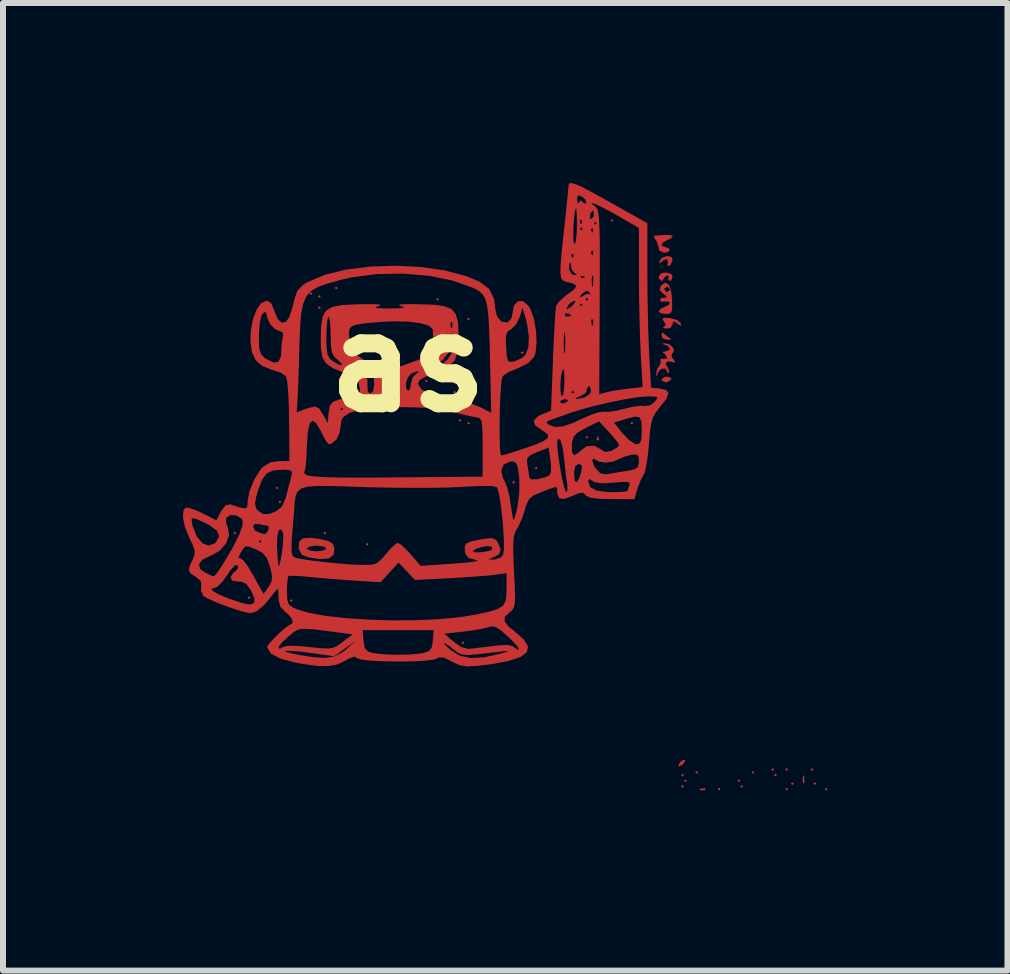
<source format=kicad_pcb>
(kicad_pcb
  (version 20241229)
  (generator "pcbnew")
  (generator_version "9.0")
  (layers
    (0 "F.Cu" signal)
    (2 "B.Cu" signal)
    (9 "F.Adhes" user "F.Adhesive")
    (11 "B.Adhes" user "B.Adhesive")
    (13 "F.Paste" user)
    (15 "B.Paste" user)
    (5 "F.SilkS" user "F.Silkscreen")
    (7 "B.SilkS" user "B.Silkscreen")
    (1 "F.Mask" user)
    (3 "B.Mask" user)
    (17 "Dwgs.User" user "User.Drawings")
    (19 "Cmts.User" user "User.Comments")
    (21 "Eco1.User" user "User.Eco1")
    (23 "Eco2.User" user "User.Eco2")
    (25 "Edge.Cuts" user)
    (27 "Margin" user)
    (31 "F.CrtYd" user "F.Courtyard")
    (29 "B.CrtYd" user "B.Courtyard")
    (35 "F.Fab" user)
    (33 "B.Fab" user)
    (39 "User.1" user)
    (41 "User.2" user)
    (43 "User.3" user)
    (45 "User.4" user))
  (footprint "as"
    (layer "F.Cu")
    (at 3.753 2.996)
    (property "Reference" "as" (at 0 0 0) (layer "F.SilkS") (effects (font (size 1.5 1.5) (thickness 0.3))))
    (attr board_only exclude_from_pos_files exclude_from_bom)
    (fp_poly (pts (xy -2.864 2.84) (xy -2.887 2.864) (xy -2.911 2.84) (xy -2.887 2.817)) (stroke (width 0) (type solid)) (fill yes) (layer "F.Cu"))
    (fp_poly (pts (xy -2.629 3.92) (xy -2.653 3.944) (xy -2.676 3.92) (xy -2.653 3.897)) (stroke (width 0) (type solid)) (fill yes) (layer "F.Cu"))
    (fp_poly (pts (xy -2.16 2.089) (xy -2.183 2.113) (xy -2.207 2.089) (xy -2.183 2.066)) (stroke (width 0) (type solid)) (fill yes) (layer "F.Cu"))
    (fp_poly (pts (xy -2.113 2.324) (xy -2.136 2.348) (xy -2.16 2.324) (xy -2.136 2.301)) (stroke (width 0) (type solid)) (fill yes) (layer "F.Cu"))
    (fp_poly (pts (xy -1.925 3.967) (xy -1.948 3.991) (xy -1.972 3.967) (xy -1.948 3.944)) (stroke (width 0) (type solid)) (fill yes) (layer "F.Cu"))
    (fp_poly (pts (xy -1.596 -1.15) (xy -1.62 -1.127) (xy -1.643 -1.15) (xy -1.62 -1.174)) (stroke (width 0) (type solid)) (fill yes) (layer "F.Cu"))
    (fp_poly (pts (xy -1.455 -1.103) (xy -1.479 -1.08) (xy -1.502 -1.103) (xy -1.479 -1.127)) (stroke (width 0) (type solid)) (fill yes) (layer "F.Cu"))
    (fp_poly (pts (xy -1.455 -0.916) (xy -1.479 -0.892) (xy -1.502 -0.916) (xy -1.479 -0.939)) (stroke (width 0) (type solid)) (fill yes) (layer "F.Cu"))
    (fp_poly (pts (xy -1.362 2.84) (xy -1.385 2.864) (xy -1.409 2.84) (xy -1.385 2.817)) (stroke (width 0) (type solid)) (fill yes) (layer "F.Cu"))
    (fp_poly (pts (xy -1.174 -1.244) (xy -1.197 -1.221) (xy -1.221 -1.244) (xy -1.197 -1.268)) (stroke (width 0) (type solid)) (fill yes) (layer "F.Cu"))
    (fp_poly (pts (xy -0.657 3.028) (xy -0.681 3.052) (xy -0.704 3.028) (xy -0.681 3.005)) (stroke (width 0) (type solid)) (fill yes) (layer "F.Cu"))
    (fp_poly (pts (xy 0.329 0.305) (xy 0.305 0.329) (xy 0.282 0.305) (xy 0.305 0.282)) (stroke (width 0) (type solid)) (fill yes) (layer "F.Cu"))
    (fp_poly (pts (xy 0.516 -1.056) (xy 0.493 -1.033) (xy 0.469 -1.056) (xy 0.493 -1.08)) (stroke (width 0) (type solid)) (fill yes) (layer "F.Cu"))
    (fp_poly (pts (xy 0.751 0.164) (xy 0.728 0.188) (xy 0.704 0.164) (xy 0.728 0.141)) (stroke (width 0) (type solid)) (fill yes) (layer "F.Cu"))
    (fp_poly (pts (xy 0.751 0.258) (xy 0.728 0.282) (xy 0.704 0.258) (xy 0.728 0.235)) (stroke (width 0) (type solid)) (fill yes) (layer "F.Cu"))
    (fp_poly (pts (xy 0.798 0.493) (xy 0.775 0.516) (xy 0.751 0.493) (xy 0.775 0.469)) (stroke (width 0) (type solid)) (fill yes) (layer "F.Cu"))
    (fp_poly (pts (xy 0.892 0.962) (xy 0.869 0.986) (xy 0.845 0.962) (xy 0.869 0.939)) (stroke (width 0) (type solid)) (fill yes) (layer "F.Cu"))
    (fp_poly (pts (xy 0.939 4.672) (xy 0.916 4.695) (xy 0.892 4.672) (xy 0.916 4.648)) (stroke (width 0) (type solid)) (fill yes) (layer "F.Cu"))
    (fp_poly (pts (xy 1.033 -0.728) (xy 1.009 -0.704) (xy 0.986 -0.728) (xy 1.009 -0.751)) (stroke (width 0) (type solid)) (fill yes) (layer "F.Cu"))
    (fp_poly (pts (xy 1.033 1.009) (xy 1.009 1.033) (xy 0.986 1.009) (xy 1.009 0.986)) (stroke (width 0) (type solid)) (fill yes) (layer "F.Cu"))
    (fp_poly (pts (xy 1.784 1.995) (xy 1.761 2.019) (xy 1.737 1.995) (xy 1.761 1.972)) (stroke (width 0) (type solid)) (fill yes) (layer "F.Cu"))
    (fp_poly (pts (xy 1.925 -0.164) (xy 1.901 -0.141) (xy 1.878 -0.164) (xy 1.901 -0.188)) (stroke (width 0) (type solid)) (fill yes) (layer "F.Cu"))
    (fp_poly (pts (xy 2.16 1.761) (xy 2.136 1.784) (xy 2.113 1.761) (xy 2.136 1.737)) (stroke (width 0) (type solid)) (fill yes) (layer "F.Cu"))
    (fp_poly (pts (xy 3.005 1.244) (xy 2.981 1.268) (xy 2.958 1.244) (xy 2.981 1.221)) (stroke (width 0) (type solid)) (fill yes) (layer "F.Cu"))
    (fp_poly (pts (xy 3.427 -2.371) (xy 3.404 -2.348) (xy 3.38 -2.371) (xy 3.404 -2.394)) (stroke (width 0) (type solid)) (fill yes) (layer "F.Cu"))
    (fp_poly (pts (xy 3.756 1.009) (xy 3.733 1.033) (xy 3.709 1.009) (xy 3.733 0.986)) (stroke (width 0) (type solid)) (fill yes) (layer "F.Cu"))
    (fp_poly (pts (xy 4.601 6.878) (xy 4.578 6.902) (xy 4.554 6.878) (xy 4.578 6.855)) (stroke (width 0) (type solid)) (fill yes) (layer "F.Cu"))
    (fp_poly (pts (xy 4.601 7.066) (xy 4.578 7.089) (xy 4.554 7.066) (xy 4.578 7.043)) (stroke (width 0) (type solid)) (fill yes) (layer "F.Cu"))
    (fp_poly (pts (xy 4.648 6.972) (xy 4.625 6.996) (xy 4.601 6.972) (xy 4.625 6.949)) (stroke (width 0) (type solid)) (fill yes) (layer "F.Cu"))
    (fp_poly (pts (xy 4.836 6.831) (xy 4.812 6.855) (xy 4.789 6.831) (xy 4.812 6.808)) (stroke (width 0) (type solid)) (fill yes) (layer "F.Cu"))
    (fp_poly (pts (xy 5.211 7.113) (xy 5.188 7.136) (xy 5.165 7.113) (xy 5.188 7.089)) (stroke (width 0) (type solid)) (fill yes) (layer "F.Cu"))
    (fp_poly (pts (xy 5.54 6.972) (xy 5.517 6.996) (xy 5.493 6.972) (xy 5.517 6.949)) (stroke (width 0) (type solid)) (fill yes) (layer "F.Cu"))
    (fp_poly (pts (xy 5.587 7.066) (xy 5.564 7.089) (xy 5.54 7.066) (xy 5.564 7.043)) (stroke (width 0) (type solid)) (fill yes) (layer "F.Cu"))
    (fp_poly (pts (xy 5.775 6.831) (xy 5.751 6.855) (xy 5.728 6.831) (xy 5.751 6.808)) (stroke (width 0) (type solid)) (fill yes) (layer "F.Cu"))
    (fp_poly (pts (xy 6.104 6.784) (xy 6.08 6.808) (xy 6.057 6.784) (xy 6.08 6.761)) (stroke (width 0) (type solid)) (fill yes) (layer "F.Cu"))
    (fp_poly (pts (xy 6.15 6.878) (xy 6.127 6.902) (xy 6.104 6.878) (xy 6.127 6.855)) (stroke (width 0) (type solid)) (fill yes) (layer "F.Cu"))
    (fp_poly (pts (xy 6.338 6.784) (xy 6.315 6.808) (xy 6.291 6.784) (xy 6.315 6.761)) (stroke (width 0) (type solid)) (fill yes) (layer "F.Cu"))
    (fp_poly (pts (xy 6.338 7.113) (xy 6.315 7.136) (xy 6.291 7.113) (xy 6.315 7.089)) (stroke (width 0) (type solid)) (fill yes) (layer "F.Cu"))
    (fp_poly (pts (xy 6.432 7.019) (xy 6.409 7.043) (xy 6.385 7.019) (xy 6.409 6.996)) (stroke (width 0) (type solid)) (fill yes) (layer "F.Cu"))
    (fp_poly (pts (xy 6.761 6.784) (xy 6.737 6.808) (xy 6.714 6.784) (xy 6.737 6.761)) (stroke (width 0) (type solid)) (fill yes) (layer "F.Cu"))
    (fp_poly (pts (xy 6.808 7.019) (xy 6.784 7.043) (xy 6.761 7.019) (xy 6.784 6.996)) (stroke (width 0) (type solid)) (fill yes) (layer "F.Cu"))
    (fp_poly (pts (xy 6.996 7.113) (xy 6.972 7.136) (xy 6.949 7.113) (xy 6.972 7.089)) (stroke (width 0) (type solid)) (fill yes) (layer "F.Cu"))
    (fp_poly (pts (xy 3.177 1.236) (xy 3.183 1.292) (xy 3.177 1.299) (xy 3.149 1.293) (xy 3.146 1.268) (xy 3.163 1.229)) (stroke (width 0) (type solid)) (fill yes) (layer "F.Cu"))
    (fp_poly (pts (xy 4.964 7.108) (xy 4.95 7.129) (xy 4.902 7.133) (xy 4.852 7.121) (xy 4.874 7.104) (xy 4.947 7.099)) (stroke (width 0) (type solid)) (fill yes) (layer "F.Cu"))
    (fp_poly (pts (xy 6.604 6.89) (xy 6.61 6.986) (xy 6.604 7.007) (xy 6.587 7.013) (xy 6.58 6.949) (xy 6.588 6.882)) (stroke (width 0) (type solid)) (fill yes) (layer "F.Cu"))
    (fp_poly (pts (xy 4.623 6.627) (xy 4.607 6.667) (xy 4.573 6.704) (xy 4.52 6.734) (xy 4.507 6.718) (xy 4.536 6.662) (xy 4.591 6.623)) (stroke (width 0) (type solid)) (fill yes) (layer "F.Cu"))
    (fp_poly (pts (xy 4.261 -0.488) (xy 4.334 -0.425) (xy 4.366 -0.41) (xy 4.392 -0.388) (xy 4.331 -0.379) (xy 4.244 -0.404) (xy 4.226 -0.458) (xy 4.24 -0.506)) (stroke (width 0) (type solid)) (fill yes) (layer "F.Cu"))
    (fp_poly (pts (xy 4.387 0.253) (xy 4.39 0.282) (xy 4.322 0.325) (xy 4.293 0.329) (xy 4.232 0.302) (xy 4.226 0.282) (xy 4.265 0.244) (xy 4.322 0.235)) (stroke (width 0) (type solid)) (fill yes) (layer "F.Cu"))
    (fp_poly (pts (xy 4.389 -1.764) (xy 4.413 -1.72) (xy 4.381 -1.635) (xy 4.358 -1.615) (xy 4.323 -1.613) (xy 4.333 -1.658) (xy 4.331 -1.716) (xy 4.28 -1.72) (xy 4.212 -1.669) (xy 4.21 -1.667) (xy 4.186 -1.657) (xy 4.19 -1.69) (xy 4.239 -1.75) (xy 4.318 -1.777)) (stroke (width 0) (type solid)) (fill yes) (layer "F.Cu"))
    (fp_poly (pts (xy 4.39 -1.478) (xy 4.413 -1.432) (xy 4.386 -1.37) (xy 4.364 -1.362) (xy 4.336 -1.39) (xy 4.343 -1.409) (xy 4.339 -1.452) (xy 4.322 -1.455) (xy 4.274 -1.421) (xy 4.272 -1.409) (xy 4.237 -1.363) (xy 4.226 -1.362) (xy 4.184 -1.4) (xy 4.179 -1.432) (xy 4.219 -1.489) (xy 4.296 -1.502)) (stroke (width 0) (type solid)) (fill yes) (layer "F.Cu"))
    (fp_poly (pts (xy 4.366 -0.743) (xy 4.481 -0.713) (xy 4.545 -0.661) (xy 4.546 -0.657) (xy 4.554 -0.612) (xy 4.514 -0.633) (xy 4.491 -0.651) (xy 4.431 -0.691) (xy 4.414 -0.66) (xy 4.413 -0.64) (xy 4.375 -0.578) (xy 4.308 -0.567) (xy 4.249 -0.578) (xy 4.263 -0.595) (xy 4.299 -0.63) (xy 4.266 -0.689) (xy 4.24 -0.734) (xy 4.279 -0.748)) (stroke (width 0) (type solid)) (fill yes) (layer "F.Cu"))
    (fp_poly (pts (xy 4.375 -2.128) (xy 4.411 -2.114) (xy 4.413 -2.106) (xy 4.375 -2.066) (xy 4.319 -2.042) (xy 4.242 -1.997) (xy 4.231 -1.949) (xy 4.292 -1.925) (xy 4.296 -1.925) (xy 4.358 -1.9) (xy 4.366 -1.878) (xy 4.327 -1.84) (xy 4.272 -1.831) (xy 4.193 -1.865) (xy 4.179 -1.916) (xy 4.149 -2.02) (xy 4.122 -2.056) (xy 4.095 -2.105) (xy 4.11 -2.117) (xy 4.281 -2.129)) (stroke (width 0) (type solid)) (fill yes) (layer "F.Cu"))
    (fp_poly (pts (xy -1.467 2.941) (xy -1.327 2.975) (xy -1.256 3.019) (xy -1.229 3.09) (xy -1.228 3.094) (xy -1.241 3.205) (xy -1.32 3.265) (xy -1.471 3.276) (xy -1.667 3.246) (xy -1.774 3.201) (xy -1.819 3.113) (xy -1.821 3.099) (xy -1.69 3.099) (xy -1.649 3.13) (xy -1.547 3.145) (xy -1.526 3.146) (xy -1.417 3.134) (xy -1.363 3.105) (xy -1.362 3.099) (xy -1.403 3.068) (xy -1.504 3.052) (xy -1.526 3.052) (xy -1.634 3.064) (xy -1.689 3.093) (xy -1.69 3.099) (xy -1.821 3.099) (xy -1.822 3.086) (xy -1.814 2.983) (xy -1.751 2.929) (xy -1.623 2.92)) (stroke (width 0) (type solid)) (fill yes) (layer "F.Cu"))
    (fp_poly (pts (xy 4.352 -1.295) (xy 4.39 -1.174) (xy 4.403 -1.042) (xy 4.405 -0.904) (xy 4.389 -0.835) (xy 4.344 -0.812) (xy 4.296 -0.81) (xy 4.208 -0.825) (xy 4.179 -0.855) (xy 4.218 -0.902) (xy 4.272 -0.925) (xy 4.349 -0.965) (xy 4.366 -0.996) (xy 4.332 -1.023) (xy 4.297 -1.017) (xy 4.222 -1.017) (xy 4.201 -1.035) (xy 4.215 -1.072) (xy 4.258 -1.081) (xy 4.315 -1.088) (xy 4.297 -1.116) (xy 4.254 -1.15) (xy 4.194 -1.213) (xy 4.197 -1.221) (xy 4.272 -1.221) (xy 4.308 -1.175) (xy 4.319 -1.174) (xy 4.365 -1.209) (xy 4.366 -1.221) (xy 4.331 -1.266) (xy 4.319 -1.268) (xy 4.274 -1.232) (xy 4.272 -1.221) (xy 4.197 -1.221) (xy 4.212 -1.274) (xy 4.225 -1.29) (xy 4.295 -1.336)) (stroke (width 0) (type solid)) (fill yes) (layer "F.Cu"))
    (fp_poly (pts (xy 4.362 -0.303) (xy 4.422 -0.247) (xy 4.433 -0.187) (xy 4.413 -0.164) (xy 4.39 -0.113) (xy 4.423 -0.057) (xy 4.459 -0.004) (xy 4.425 -0.005) (xy 4.406 -0.011) (xy 4.319 -0.021) (xy 4.296 0.024) (xy 4.327 0.079) (xy 4.357 0.148) (xy 4.35 0.173) (xy 4.322 0.168) (xy 4.319 0.149) (xy 4.29 0.099) (xy 4.228 0.102) (xy 4.173 0.152) (xy 4.164 0.176) (xy 4.146 0.232) (xy 4.138 0.196) (xy 4.137 0.179) (xy 4.158 0.093) (xy 4.182 0.068) (xy 4.213 0.004) (xy 4.208 -0.026) (xy 4.213 -0.069) (xy 4.251 -0.063) (xy 4.31 -0.065) (xy 4.319 -0.085) (xy 4.283 -0.144) (xy 4.261 -0.157) (xy 4.244 -0.177) (xy 4.284 -0.184) (xy 4.354 -0.208) (xy 4.366 -0.231) (xy 4.328 -0.278) (xy 4.284 -0.296) (xy 4.231 -0.314) (xy 4.269 -0.322) (xy 4.278 -0.323)) (stroke (width 0) (type solid)) (fill yes) (layer "F.Cu"))
    (fp_poly (pts (xy 2.786 -2.979) (xy 2.899 -2.929) (xy 3.069 -2.84) (xy 3.306 -2.709) (xy 3.385 -2.664) (xy 3.991 -2.324) (xy 3.991 -1.522) (xy 3.993 -1.2) (xy 3.998 -0.857) (xy 4.006 -0.528) (xy 4.017 -0.245) (xy 4.021 -0.151) (xy 4.052 0.418) (xy 4.194 0.432) (xy 4.306 0.457) (xy 4.344 0.51) (xy 4.308 0.602) (xy 4.21 0.73) (xy 4.135 0.824) (xy 4.085 0.912) (xy 4.054 1.018) (xy 4.033 1.17) (xy 4.017 1.362) (xy 3.996 1.563) (xy 3.97 1.732) (xy 3.942 1.845) (xy 3.928 1.873) (xy 3.879 1.961) (xy 3.83 2.089) (xy 3.824 2.108) (xy 3.775 2.277) (xy 3.387 2.275) (xy 3.173 2.269) (xy 3.037 2.251) (xy 2.968 2.219) (xy 2.958 2.207) (xy 2.918 2.169) (xy 2.853 2.175) (xy 2.746 2.221) (xy 2.603 2.273) (xy 2.52 2.261) (xy 2.489 2.182) (xy 2.488 2.157) (xy 2.488 2.1) (xy 2.475 2.076) (xy 2.426 2.082) (xy 2.321 2.12) (xy 2.234 2.154) (xy 2.095 2.214) (xy 2.017 2.277) (xy 1.971 2.374) (xy 1.95 2.448) (xy 1.899 2.605) (xy 1.836 2.741) (xy 1.818 2.77) (xy 1.785 2.829) (xy 1.764 2.905) (xy 1.755 3.016) (xy 1.755 3.18) (xy 1.765 3.415) (xy 1.768 3.486) (xy 1.78 3.734) (xy 1.785 3.905) (xy 1.78 4.017) (xy 1.765 4.085) (xy 1.738 4.127) (xy 1.698 4.16) (xy 1.616 4.237) (xy 1.611 4.315) (xy 1.684 4.407) (xy 1.783 4.486) (xy 1.933 4.619) (xy 2 4.732) (xy 1.982 4.828) (xy 1.877 4.908) (xy 1.683 4.974) (xy 1.399 5.027) (xy 1.166 5.055) (xy 0.99 5.066) (xy 0.864 5.047) (xy 0.742 4.991) (xy 0.726 4.982) (xy 0.599 4.919) (xy 0.518 4.915) (xy 0.491 4.931) (xy 0.418 4.954) (xy 0.277 4.97) (xy 0.088 4.981) (xy -0.127 4.985) (xy -0.347 4.982) (xy -0.55 4.974) (xy -0.716 4.96) (xy -0.821 4.941) (xy -0.847 4.926) (xy -0.895 4.902) (xy -0.986 4.935) (xy -1.045 4.97) (xy -1.176 5.032) (xy -1.327 5.06) (xy -1.519 5.057) (xy -1.772 5.021) (xy -1.901 4.997) (xy -2.14 4.931) (xy -2.289 4.849) (xy -2.313 4.807) (xy -2.043 4.807) (xy -2.042 4.821) (xy -1.959 4.845) (xy -1.823 4.873) (xy -1.564 4.913) (xy -1.373 4.923) (xy -1.228 4.9) (xy -1.109 4.841) (xy -1.033 4.782) (xy -0.869 4.636) (xy -1.05 4.766) (xy -1.231 4.896) (xy -1.63 4.84) (xy -1.831 4.815) (xy -1.97 4.805) (xy -2.043 4.807) (xy -2.313 4.807) (xy -2.346 4.751) (xy -2.16 4.751) (xy -2.136 4.774) (xy -2.098 4.749) (xy -2.024 4.724) (xy -1.881 4.721) (xy -1.658 4.74) (xy -1.646 4.742) (xy -1.454 4.762) (xy -1.329 4.767) (xy -1.242 4.753) (xy -1.168 4.715) (xy -1.09 4.658) (xy -0.923 4.531) (xy -1.154 4.501) (xy -1.412 4.467) (xy -1.468 4.46) (xy -0.757 4.46) (xy -0.742 4.636) (xy -0.722 4.756) (xy -0.671 4.815) (xy -0.587 4.842) (xy -0.461 4.858) (xy -0.287 4.869) (xy -0.164 4.872) (xy 0.016 4.867) (xy 0.18 4.854) (xy 0.258 4.842) (xy 0.354 4.809) (xy 0.398 4.742) (xy 0.407 4.682) (xy 0.599 4.682) (xy 0.649 4.736) (xy 0.702 4.786) (xy 0.858 4.885) (xy 1.045 4.926) (xy 1.28 4.912) (xy 1.526 4.857) (xy 1.644 4.823) (xy 1.672 4.807) (xy 1.615 4.81) (xy 1.596 4.812) (xy 1.455 4.828) (xy 1.271 4.85) (xy 1.159 4.863) (xy 0.995 4.876) (xy 0.891 4.866) (xy 0.814 4.827) (xy 0.784 4.802) (xy 0.684 4.722) (xy 0.61 4.675) (xy 0.599 4.682) (xy 0.407 4.682) (xy 0.414 4.636) (xy 0.423 4.519) (xy 0.604 4.519) (xy 0.76 4.653) (xy 0.885 4.743) (xy 1.001 4.772) (xy 1.08 4.767) (xy 1.228 4.748) (xy 1.41 4.726) (xy 1.486 4.717) (xy 1.652 4.707) (xy 1.746 4.726) (xy 1.758 4.738) (xy 1.826 4.786) (xy 1.846 4.788) (xy 1.843 4.759) (xy 1.784 4.684) (xy 1.68 4.579) (xy 1.678 4.578) (xy 1.549 4.464) (xy 1.46 4.408) (xy 1.389 4.398) (xy 1.347 4.41) (xy 1.246 4.436) (xy 1.086 4.464) (xy 0.922 4.485) (xy 0.604 4.519) (xy 0.423 4.519) (xy 0.428 4.46) (xy -0.164 4.46) (xy -0.757 4.46) (xy -1.468 4.46) (xy -1.594 4.445) (xy -1.719 4.438) (xy -1.804 4.445) (xy -1.867 4.468) (xy -1.925 4.509) (xy -1.987 4.56) (xy -2.089 4.653) (xy -2.151 4.728) (xy -2.16 4.751) (xy -2.346 4.751) (xy -2.347 4.749) (xy -2.348 4.736) (xy -2.315 4.685) (xy -2.236 4.599) (xy -2.136 4.501) (xy -2.039 4.417) (xy -1.971 4.37) (xy -1.96 4.367) (xy -1.922 4.337) (xy -1.939 4.27) (xy -2.001 4.192) (xy -2.042 4.159) (xy -2.128 4.075) (xy -2.159 3.952) (xy -2.16 3.909) (xy -2.162 3.813) (xy -2.019 3.813) (xy -2.014 3.953) (xy -1.987 4.032) (xy -1.921 4.082) (xy -1.856 4.111) (xy -1.65 4.173) (xy -1.369 4.223) (xy -1.032 4.261) (xy -0.656 4.286) (xy -0.261 4.298) (xy 0.136 4.295) (xy 0.516 4.278) (xy 0.861 4.245) (xy 1.113 4.205) (xy 1.341 4.156) (xy 1.492 4.11) (xy 1.582 4.054) (xy 1.627 3.974) (xy 1.642 3.859) (xy 1.643 3.772) (xy 1.643 3.511) (xy 1.444 3.538) (xy 1.316 3.552) (xy 1.123 3.567) (xy 0.891 3.583) (xy 0.681 3.595) (xy 0.117 3.625) (xy -0.02 3.48) (xy -0.158 3.334) (xy -0.308 3.498) (xy -0.458 3.662) (xy -0.898 3.634) (xy -1.141 3.617) (xy -1.394 3.597) (xy -1.611 3.577) (xy -1.656 3.572) (xy -1.818 3.558) (xy -1.94 3.554) (xy -1.996 3.561) (xy -1.996 3.561) (xy -2.009 3.617) (xy -2.018 3.735) (xy -2.019 3.813) (xy -2.162 3.813) (xy -2.162 3.798) (xy -2.176 3.77) (xy -2.215 3.815) (xy -2.234 3.841) (xy -2.386 4.031) (xy -2.522 4.145) (xy -2.622 4.179) (xy -2.72 4.161) (xy -2.873 4.116) (xy -3.05 4.054) (xy -3.221 3.987) (xy -3.355 3.925) (xy -3.411 3.891) (xy -3.451 3.807) (xy -3.449 3.77) (xy -3.278 3.77) (xy -3.252 3.809) (xy -3.16 3.863) (xy -3.011 3.926) (xy -2.949 3.948) (xy -2.77 4.007) (xy -2.658 4.032) (xy -2.594 4.025) (xy -2.561 3.994) (xy -2.564 3.928) (xy -2.607 3.821) (xy -2.622 3.794) (xy -2.699 3.688) (xy -2.781 3.651) (xy -2.834 3.652) (xy -2.931 3.635) (xy -2.96 3.576) (xy -2.911 3.503) (xy -2.881 3.483) (xy -2.831 3.421) (xy -2.84 3.381) (xy -2.883 3.376) (xy -2.956 3.457) (xy -3.011 3.539) (xy -3.1 3.661) (xy -3.185 3.739) (xy -3.226 3.756) (xy -3.278 3.77) (xy -3.449 3.77) (xy -3.448 3.737) (xy -3.453 3.645) (xy -3.534 3.574) (xy -3.542 3.57) (xy -3.631 3.511) (xy -3.656 3.447) (xy -3.627 3.363) (xy -3.488 3.363) (xy -3.462 3.443) (xy -3.393 3.494) (xy -3.296 3.544) (xy -3.24 3.566) (xy -3.24 3.566) (xy -3.204 3.531) (xy -3.137 3.439) (xy -3.092 3.369) (xy -3.02 3.248) (xy -2.83 3.248) (xy -2.807 3.262) (xy -2.805 3.261) (xy -2.753 3.289) (xy -2.674 3.39) (xy -2.582 3.544) (xy -2.502 3.692) (xy -2.44 3.8) (xy -2.409 3.849) (xy -2.407 3.85) (xy -2.377 3.815) (xy -2.32 3.732) (xy -2.319 3.732) (xy -2.274 3.644) (xy -2.267 3.554) (xy -2.296 3.42) (xy -2.301 3.401) (xy -2.355 3.256) (xy -2.429 3.17) (xy -2.524 3.12) (xy -2.639 3.072) (xy -2.7 3.061) (xy -2.739 3.093) (xy -2.788 3.168) (xy -2.83 3.248) (xy -3.02 3.248) (xy -2.924 3.086) (xy -2.899 3.037) (xy -2.185 3.037) (xy -2.183 3.087) (xy -2.172 3.277) (xy -2.161 3.376) (xy -2.147 3.387) (xy -2.128 3.313) (xy -2.104 3.175) (xy -2.096 3.113) (xy -1.943 3.113) (xy -1.935 3.191) (xy -1.913 3.233) (xy -1.876 3.253) (xy -1.821 3.265) (xy -1.814 3.267) (xy -1.654 3.294) (xy -1.433 3.322) (xy -1.185 3.347) (xy -0.943 3.366) (xy -0.765 3.374) (xy -0.616 3.372) (xy -0.521 3.346) (xy -0.439 3.275) (xy -0.37 3.193) (xy -0.275 3.085) (xy -0.197 3.017) (xy -0.169 3.005) (xy -0.113 3.038) (xy -0.022 3.123) (xy 0.046 3.197) (xy 0.212 3.39) (xy 0.751 3.352) (xy 0.977 3.334) (xy 1.115 3.317) (xy 1.163 3.301) (xy 1.127 3.289) (xy 1.011 3.257) (xy 0.96 3.196) (xy 0.95 3.148) (xy 1.08 3.148) (xy 1.119 3.164) (xy 1.21 3.163) (xy 1.315 3.148) (xy 1.394 3.123) (xy 1.405 3.115) (xy 1.399 3.074) (xy 1.396 3.071) (xy 1.334 3.059) (xy 1.234 3.073) (xy 1.136 3.104) (xy 1.082 3.141) (xy 1.08 3.148) (xy 0.95 3.148) (xy 0.948 3.138) (xy 0.946 3.064) (xy 0.975 3.015) (xy 1.052 2.981) (xy 1.196 2.951) (xy 1.277 2.937) (xy 1.4 2.926) (xy 1.469 2.956) (xy 1.5 3) (xy 1.545 3.12) (xy 1.518 3.195) (xy 1.444 3.238) (xy 1.338 3.281) (xy 1.442 3.284) (xy 1.542 3.252) (xy 1.586 3.204) (xy 1.599 3.124) (xy 1.599 2.978) (xy 1.589 2.79) (xy 1.572 2.585) (xy 1.549 2.387) (xy 1.523 2.22) (xy 1.495 2.108) (xy 1.479 2.075) (xy 1.413 2.061) (xy 1.273 2.056) (xy 1.076 2.062) (xy 0.916 2.071) (xy 0.712 2.081) (xy 0.437 2.087) (xy 0.114 2.088) (xy -0.236 2.086) (xy -0.589 2.079) (xy -0.697 2.076) (xy -1.058 2.064) (xy -1.336 2.057) (xy -1.543 2.058) (xy -1.689 2.071) (xy -1.785 2.101) (xy -1.843 2.151) (xy -1.874 2.227) (xy -1.889 2.331) (xy -1.899 2.467) (xy -1.903 2.519) (xy -1.926 2.792) (xy -1.94 2.985) (xy -1.943 3.113) (xy -2.096 3.113) (xy -2.084 3.015) (xy -2.079 2.887) (xy -2.086 2.832) (xy -2.124 2.775) (xy -2.156 2.799) (xy -2.178 2.891) (xy -2.185 3.037) (xy -2.899 3.037) (xy -2.87 2.981) (xy -2.488 2.981) (xy -2.465 3.005) (xy -2.441 2.981) (xy -2.465 2.958) (xy -2.488 2.981) (xy -2.87 2.981) (xy -2.814 2.871) (xy -2.767 2.738) (xy -2.582 2.738) (xy -2.551 2.803) (xy -2.445 2.846) (xy -2.388 2.859) (xy -2.347 2.827) (xy -2.331 2.794) (xy -2.324 2.732) (xy -2.337 2.722) (xy -2.405 2.711) (xy -2.477 2.694) (xy -2.56 2.689) (xy -2.582 2.738) (xy -2.767 2.738) (xy -2.76 2.718) (xy -2.76 2.623) (xy -2.771 2.605) (xy -2.862 2.547) (xy -2.965 2.542) (xy -3.031 2.587) (xy -3.035 2.663) (xy -3.004 2.748) (xy -2.983 2.878) (xy -3.034 3.016) (xy -3.142 3.138) (xy -3.279 3.214) (xy -3.426 3.284) (xy -3.488 3.363) (xy -3.627 3.363) (xy -3.622 3.347) (xy -3.594 3.292) (xy -3.559 3.207) (xy -3.558 3.13) (xy -3.596 3.026) (xy -3.641 2.934) (xy -3.717 2.749) (xy -3.747 2.611) (xy -3.61 2.611) (xy -3.602 2.678) (xy -3.594 2.711) (xy -3.525 2.892) (xy -3.432 3.008) (xy -3.326 3.051) (xy -3.22 3.012) (xy -3.202 2.995) (xy -3.148 2.898) (xy -3.185 2.803) (xy -3.315 2.708) (xy -3.358 2.686) (xy -3.505 2.616) (xy -3.583 2.591) (xy -3.61 2.611) (xy -3.747 2.611) (xy -3.753 2.585) (xy -3.744 2.465) (xy -3.711 2.419) (xy -3.647 2.423) (xy -3.531 2.464) (xy -3.43 2.51) (xy -3.195 2.629) (xy -3.12 2.484) (xy -3.044 2.38) (xy -2.966 2.363) (xy -2.966 2.363) (xy -2.81 2.412) (xy -2.723 2.43) (xy -2.685 2.416) (xy -2.676 2.367) (xy -2.676 2.348) (xy -2.552 2.348) (xy -2.534 2.429) (xy -2.505 2.465) (xy -2.417 2.525) (xy -2.313 2.523) (xy -2.198 2.478) (xy -2.103 2.401) (xy -2.04 2.261) (xy -2.026 2.208) (xy -1.987 2.054) (xy -1.953 1.922) (xy -1.944 1.89) (xy -1.935 1.829) (xy -1.733 1.829) (xy -1.72 1.858) (xy -1.671 1.881) (xy -1.578 1.897) (xy -1.432 1.908) (xy -1.225 1.915) (xy -0.949 1.917) (xy -0.594 1.917) (xy -0.22 1.914) (xy 1.244 1.901) (xy 1.244 1.802) (xy 1.555 1.802) (xy 1.587 1.935) (xy 1.612 1.981) (xy 1.656 2.088) (xy 1.694 2.246) (xy 1.712 2.359) (xy 1.732 2.504) (xy 1.75 2.602) (xy 1.76 2.629) (xy 1.778 2.588) (xy 1.807 2.481) (xy 1.829 2.383) (xy 1.855 2.174) (xy 1.857 1.952) (xy 1.851 1.887) (xy 1.829 1.744) (xy 1.803 1.674) (xy 1.986 1.674) (xy 1.991 1.705) (xy 2.011 1.826) (xy 2.019 1.906) (xy 2.047 1.947) (xy 2.143 1.946) (xy 2.171 1.941) (xy 2.289 1.911) (xy 2.364 1.877) (xy 2.365 1.875) (xy 2.383 1.81) (xy 2.382 1.689) (xy 2.375 1.628) (xy 2.343 1.418) (xy 2.153 1.492) (xy 2.036 1.545) (xy 1.987 1.597) (xy 1.986 1.674) (xy 1.803 1.674) (xy 1.802 1.671) (xy 1.755 1.649) (xy 1.696 1.652) (xy 1.593 1.701) (xy 1.555 1.802) (xy 1.244 1.802) (xy 1.244 1.412) (xy 1.243 1.193) (xy 1.237 1.051) (xy 1.223 0.968) (xy 1.198 0.929) (xy 1.159 0.915) (xy 1.15 0.914) (xy 1.058 0.898) (xy 0.908 0.863) (xy 0.751 0.823) (xy 0.516 0.776) (xy 0.23 0.75) (xy -0.117 0.742) (xy -0.495 0.754) (xy -0.783 0.787) (xy -0.98 0.84) (xy -1.087 0.914) (xy -1.109 0.963) (xy -1.128 1.088) (xy -1.14 1.166) (xy -1.19 1.279) (xy -1.279 1.352) (xy -1.321 1.361) (xy -1.356 1.323) (xy -1.414 1.224) (xy -1.452 1.146) (xy -1.53 1.011) (xy -1.593 0.967) (xy -1.639 1.017) (xy -1.671 1.158) (xy -1.686 1.392) (xy -1.686 1.394) (xy -1.693 1.571) (xy -1.704 1.711) (xy -1.717 1.788) (xy -1.719 1.793) (xy -1.733 1.829) (xy -1.935 1.829) (xy -1.934 1.821) (xy -1.97 1.792) (xy -2.076 1.785) (xy -2.096 1.785) (xy -2.248 1.798) (xy -2.355 1.848) (xy -2.433 1.951) (xy -2.499 2.125) (xy -2.527 2.219) (xy -2.552 2.348) (xy -2.676 2.348) (xy -2.676 2.328) (xy -2.646 2.154) (xy -2.569 1.959) (xy -2.464 1.788) (xy -2.431 1.75) (xy -2.297 1.663) (xy -2.154 1.643) (xy -1.977 1.643) (xy -1.982 0.969) (xy -1.986 0.789) (xy -1.856 0.789) (xy -1.85 0.827) (xy -1.829 0.82) (xy -1.752 0.787) (xy -1.641 0.751) (xy -1.543 0.733) (xy -1.48 0.766) (xy -1.42 0.86) (xy -1.338 1.009) (xy -1.324 0.835) (xy -1.313 0.775) (xy -1.127 0.775) (xy -1.103 0.798) (xy -1.08 0.775) (xy -1.103 0.751) (xy -1.127 0.775) (xy -1.313 0.775) (xy -1.303 0.716) (xy -1.249 0.653) (xy -1.136 0.612) (xy -0.999 0.58) (xy -0.889 0.564) (xy -0.877 0.564) (xy -0.819 0.544) (xy -0.803 0.468) (xy -0.807 0.412) (xy -0.826 0.319) (xy -0.876 0.256) (xy -0.982 0.202) (xy -1.056 0.174) (xy -1.126 0.145) (xy -0.794 0.145) (xy -0.77 0.167) (xy -0.741 0.186) (xy -0.678 0.278) (xy -0.676 0.377) (xy -0.671 0.486) (xy -0.628 0.516) (xy -0.579 0.473) (xy -0.573 0.426) (xy -0.034 0.426) (xy 0.000012 0.469) (xy 0.006 0.469) (xy 0.037 0.429) (xy 0.047 0.354) (xy 0.078 0.247) (xy 0.129 0.192) (xy 0.179 0.153) (xy 0.16 0.144) (xy 0.091 0.166) (xy 0.05 0.186) (xy -0.003 0.248) (xy -0.033 0.34) (xy -0.034 0.426) (xy -0.573 0.426) (xy -0.563 0.352) (xy -0.574 0.243) (xy -0.601 0.189) (xy -0.607 0.188) (xy -0.685 0.175) (xy -0.736 0.161) (xy -0.794 0.145) (xy -1.126 0.145) (xy -1.193 0.117) (xy -0.892 0.117) (xy -0.869 0.141) (xy -0.845 0.117) (xy -0.869 0.094) (xy -0.892 0.117) (xy -1.193 0.117) (xy -1.249 0.094) (xy -1.284 0.07) (xy -1.033 0.07) (xy -1.009 0.094) (xy -0.986 0.07) (xy -1.009 0.047) (xy -1.033 0.07) (xy -1.284 0.07) (xy -1.367 0.014) (xy -1.429 -0.091) (xy -1.452 -0.244) (xy -1.455 -0.371) (xy -1.454 -0.422) (xy -1.362 -0.422) (xy -1.358 -0.245) (xy -1.341 -0.135) (xy -1.306 -0.068) (xy -1.257 -0.026) (xy -1.159 0.031) (xy -1.105 0.043) (xy -1.11 0.013) (xy -1.172 -0.044) (xy -1.234 -0.102) (xy -1.269 -0.174) (xy -1.285 -0.287) (xy -1.29 -0.461) (xy -1.29 -0.469) (xy -0.986 -0.469) (xy -0.953 -0.269) (xy -0.848 -0.118) (xy -0.663 -0.002) (xy -0.391 0.072) (xy -0.369 0.07) (xy 0.376 0.07) (xy 0.399 0.094) (xy 0.423 0.07) (xy 0.399 0.047) (xy 0.376 0.07) (xy -0.369 0.07) (xy -0.107 0.058) (xy -0.076 0.046) (xy 0.504 0.046) (xy 0.51 0.047) (xy 0.58 0.016) (xy 0.657 -0.047) (xy 0.725 -0.157) (xy 0.744 -0.316) (xy 0.743 -0.34) (xy 0.735 -0.54) (xy 0.717 -0.342) (xy 0.678 -0.173) (xy 0.589 -0.057) (xy 0.578 -0.048) (xy 0.511 0.015) (xy 0.504 0.046) (xy -0.076 0.046) (xy 0.17 -0.043) (xy 0.189 -0.053) (xy 0.345 -0.188) (xy 0.419 -0.366) (xy 0.415 -0.547) (xy 0.357 -0.61) (xy 0.272 -0.638) (xy 0.708 -0.638) (xy 0.717 -0.577) (xy 0.733 -0.576) (xy 0.744 -0.639) (xy 0.736 -0.666) (xy 0.715 -0.684) (xy 0.708 -0.638) (xy 0.272 -0.638) (xy 0.219 -0.655) (xy 0.015 -0.682) (xy -0.243 -0.688) (xy -0.47 -0.677) (xy -0.695 -0.658) (xy -0.844 -0.637) (xy -0.931 -0.609) (xy -0.972 -0.566) (xy -0.985 -0.502) (xy -0.986 -0.469) (xy -1.29 -0.469) (xy -1.295 -0.619) (xy -1.307 -0.728) (xy -1.325 -0.768) (xy -1.326 -0.767) (xy -1.344 -0.713) (xy -1.357 -0.591) (xy -1.362 -0.427) (xy -1.362 -0.422) (xy -1.454 -0.422) (xy -1.449 -0.6) (xy -1.425 -0.761) (xy -1.367 -0.867) (xy -1.262 -0.929) (xy -1.096 -0.96) (xy -0.854 -0.972) (xy -0.751 -0.974) (xy -0.565 -0.974) (xy -0.468 -0.967) (xy -0.458 -0.953) (xy -0.493 -0.941) (xy -0.547 -0.922) (xy -0.525 -0.91) (xy -0.422 -0.904) (xy -0.305 -0.903) (xy -0.144 -0.905) (xy -0.069 -0.913) (xy -0.074 -0.927) (xy -0.117 -0.941) (xy -0.159 -0.96) (xy -0.116 -0.971) (xy 0.015 -0.975) (xy 0.141 -0.974) (xy 0.411 -0.966) (xy 0.602 -0.942) (xy 0.727 -0.892) (xy 0.799 -0.804) (xy 0.834 -0.666) (xy 0.844 -0.467) (xy 0.844 -0.398) (xy 0.832 -0.186) (xy 0.78 -0.038) (xy 0.675 0.068) (xy 0.497 0.156) (xy 0.43 0.181) (xy 0.276 0.243) (xy 0.195 0.291) (xy 0.17 0.341) (xy 0.175 0.377) (xy 0.237 0.458) (xy 0.323 0.496) (xy 0.707 0.583) (xy 0.998 0.664) (xy 1.197 0.74) (xy 1.216 0.749) (xy 1.387 0.836) (xy 1.369 0.031) (xy 1.361 -0.328) (xy 1.36 -0.335) (xy 1.632 -0.335) (xy 1.636 -0.252) (xy 1.648 -0.105) (xy 1.667 -0.031) (xy 1.706 -0.01) (xy 1.777 -0.022) (xy 1.777 -0.022) (xy 1.893 -0.073) (xy 1.96 -0.129) (xy 2.007 -0.253) (xy 2.015 -0.436) (xy 1.984 -0.649) (xy 1.964 -0.728) (xy 1.91 -0.916) (xy 1.862 -0.758) (xy 1.803 -0.638) (xy 1.723 -0.559) (xy 1.717 -0.557) (xy 1.661 -0.519) (xy 1.635 -0.453) (xy 1.632 -0.335) (xy 1.36 -0.335) (xy 1.351 -0.606) (xy 1.337 -0.814) (xy 1.316 -0.964) (xy 1.286 -1.069) (xy 1.243 -1.141) (xy 1.186 -1.191) (xy 1.111 -1.233) (xy 1.079 -1.249) (xy 0.741 -1.369) (xy 0.345 -1.448) (xy -0.084 -1.484) (xy -0.52 -1.476) (xy -0.937 -1.422) (xy -1.103 -1.384) (xy -1.32 -1.325) (xy -1.486 -1.268) (xy -1.609 -1.2) (xy -1.694 -1.107) (xy -1.75 -0.977) (xy -1.784 -0.797) (xy -1.802 -0.553) (xy -1.813 -0.234) (xy -1.816 -0.095) (xy -1.824 0.176) (xy -1.832 0.417) (xy -1.841 0.611) (xy -1.85 0.741) (xy -1.856 0.789) (xy -1.986 0.789) (xy -1.988 0.691) (xy -1.999 0.465) (xy -2.016 0.306) (xy -2.037 0.227) (xy -2.038 0.225) (xy -2.116 0.171) (xy -2.241 0.128) (xy -2.263 0.123) (xy -2.438 0.052) (xy -2.538 -0.037) (xy -2.601 -0.169) (xy -2.627 -0.342) (xy -2.625 -0.39) (xy -2.488 -0.39) (xy -2.48 -0.233) (xy -2.449 -0.138) (xy -2.385 -0.074) (xy -2.384 -0.073) (xy -2.249 -0.002) (xy -2.162 -0.012) (xy -2.118 -0.103) (xy -2.113 -0.184) (xy -2.106 -0.323) (xy -2.088 -0.43) (xy -2.084 -0.442) (xy -2.087 -0.506) (xy -2.116 -0.516) (xy -2.213 -0.555) (xy -2.302 -0.644) (xy -2.347 -0.747) (xy -2.348 -0.758) (xy -2.366 -0.831) (xy -2.389 -0.845) (xy -2.436 -0.8) (xy -2.47 -0.674) (xy -2.486 -0.476) (xy -2.488 -0.39) (xy -2.625 -0.39) (xy -2.621 -0.533) (xy -2.586 -0.72) (xy -2.526 -0.881) (xy -2.447 -0.992) (xy -2.355 -1.033) (xy -2.283 -0.994) (xy -2.231 -0.873) (xy -2.227 -0.857) (xy -2.174 -0.727) (xy -2.105 -0.667) (xy -2.102 -0.666) (xy -2.036 -0.68) (xy -1.981 -0.756) (xy -1.93 -0.907) (xy -1.895 -1.055) (xy -1.846 -1.196) (xy -1.753 -1.293) (xy -1.674 -1.343) (xy -1.385 -1.464) (xy -1.03 -1.551) (xy -0.632 -1.601) (xy -0.211 -1.616) (xy 0.209 -1.595) (xy 0.609 -1.538) (xy 0.965 -1.444) (xy 1.187 -1.353) (xy 1.351 -1.23) (xy 1.437 -1.058) (xy 1.455 -0.895) (xy 1.485 -0.766) (xy 1.558 -0.683) (xy 1.655 -0.67) (xy 1.666 -0.674) (xy 1.725 -0.738) (xy 1.737 -0.793) (xy 1.764 -0.943) (xy 1.83 -1.022) (xy 1.919 -1.025) (xy 2.011 -0.944) (xy 2.042 -0.893) (xy 2.099 -0.732) (xy 2.134 -0.533) (xy 2.144 -0.332) (xy 2.126 -0.163) (xy 2.102 -0.094) (xy 2.002 0.01) (xy 1.834 0.093) (xy 1.83 0.094) (xy 1.694 0.15) (xy 1.596 0.212) (xy 1.575 0.235) (xy 1.56 0.301) (xy 1.547 0.434) (xy 1.537 0.615) (xy 1.53 0.823) (xy 1.527 1.037) (xy 1.528 1.237) (xy 1.532 1.402) (xy 1.541 1.513) (xy 1.553 1.549) (xy 1.609 1.536) (xy 1.727 1.5) (xy 1.882 1.451) (xy 2.102 1.375) (xy 2.487 1.375) (xy 2.502 1.527) (xy 2.53 1.714) (xy 2.563 1.905) (xy 2.597 2.055) (xy 2.626 2.144) (xy 2.639 2.16) (xy 2.661 2.12) (xy 2.656 2.039) (xy 2.64 1.931) (xy 2.632 1.864) (xy 2.77 1.864) (xy 2.782 1.971) (xy 2.813 1.992) (xy 2.821 1.98) (xy 3.005 1.98) (xy 3.038 2.076) (xy 3.143 2.135) (xy 3.327 2.159) (xy 3.39 2.16) (xy 3.536 2.157) (xy 3.634 2.149) (xy 3.662 2.14) (xy 3.677 2.085) (xy 3.691 2.046) (xy 3.695 2.007) (xy 3.655 1.989) (xy 3.555 1.991) (xy 3.433 2.002) (xy 3.235 2.013) (xy 3.112 1.993) (xy 3.076 1.973) (xy 3.02 1.938) (xy 3.005 1.975) (xy 3.005 1.98) (xy 2.821 1.98) (xy 2.855 1.929) (xy 2.889 1.819) (xy 2.901 1.724) (xy 2.864 1.691) (xy 2.846 1.69) (xy 2.792 1.718) (xy 2.771 1.814) (xy 2.77 1.864) (xy 2.632 1.864) (xy 2.62 1.766) (xy 2.606 1.631) (xy 3.07 1.631) (xy 3.1 1.716) (xy 3.125 1.759) (xy 3.207 1.847) (xy 3.305 1.863) (xy 3.329 1.859) (xy 3.455 1.837) (xy 3.614 1.811) (xy 3.65 1.806) (xy 3.776 1.78) (xy 3.834 1.741) (xy 3.85 1.666) (xy 3.85 1.646) (xy 3.839 1.554) (xy 3.786 1.53) (xy 3.721 1.539) (xy 3.608 1.568) (xy 3.545 1.596) (xy 3.429 1.648) (xy 3.294 1.668) (xy 3.184 1.651) (xy 3.164 1.639) (xy 3.093 1.6) (xy 3.07 1.631) (xy 2.606 1.631) (xy 2.602 1.593) (xy 2.577 1.41) (xy 2.566 1.373) (xy 2.732 1.373) (xy 2.736 1.502) (xy 2.773 1.546) (xy 2.842 1.504) (xy 2.862 1.481) (xy 2.982 1.393) (xy 3.111 1.387) (xy 3.196 1.435) (xy 3.283 1.49) (xy 3.378 1.475) (xy 3.404 1.464) (xy 3.49 1.413) (xy 3.52 1.374) (xy 3.49 1.322) (xy 3.414 1.228) (xy 3.352 1.159) (xy 3.204 0.999) (xy 3.433 0.999) (xy 3.579 1.18) (xy 3.681 1.286) (xy 3.775 1.352) (xy 3.811 1.362) (xy 3.863 1.346) (xy 3.889 1.286) (xy 3.897 1.159) (xy 3.897 1.127) (xy 3.892 0.984) (xy 3.863 0.913) (xy 3.789 0.9) (xy 3.652 0.934) (xy 3.612 0.946) (xy 3.433 0.999) (xy 3.204 0.999) (xy 3.185 0.979) (xy 2.966 1.088) (xy 2.834 1.161) (xy 2.766 1.228) (xy 2.738 1.319) (xy 2.732 1.373) (xy 2.566 1.373) (xy 2.544 1.298) (xy 2.515 1.268) (xy 2.491 1.292) (xy 2.487 1.375) (xy 2.102 1.375) (xy 2.114 1.371) (xy 2.263 1.307) (xy 2.334 1.254) (xy 2.336 1.205) (xy 2.275 1.153) (xy 2.233 1.128) (xy 2.118 1.044) (xy 2.104 0.993) (xy 2.303 0.993) (xy 2.342 1.03) (xy 2.349 1.035) (xy 2.449 1.073) (xy 2.573 1.066) (xy 2.74 1.01) (xy 2.903 0.935) (xy 3.061 0.867) (xy 3.192 0.825) (xy 3.27 0.818) (xy 3.271 0.818) (xy 3.353 0.821) (xy 3.489 0.799) (xy 3.596 0.772) (xy 3.752 0.735) (xy 3.882 0.72) (xy 3.936 0.725) (xy 4.039 0.712) (xy 4.108 0.658) (xy 4.156 0.598) (xy 4.148 0.571) (xy 4.069 0.564) (xy 3.998 0.563) (xy 3.833 0.577) (xy 3.606 0.613) (xy 3.345 0.666) (xy 3.077 0.729) (xy 2.831 0.798) (xy 2.676 0.849) (xy 2.523 0.904) (xy 2.4 0.948) (xy 2.349 0.967) (xy 2.303 0.993) (xy 2.104 0.993) (xy 2.097 0.966) (xy 2.169 0.895) (xy 2.225 0.867) (xy 2.384 0.801) (xy 2.39 0.656) (xy 2.535 0.656) (xy 2.57 0.682) (xy 2.606 0.674) (xy 2.668 0.641) (xy 2.676 0.629) (xy 2.638 0.612) (xy 2.606 0.61) (xy 2.543 0.635) (xy 2.535 0.656) (xy 2.39 0.656) (xy 2.392 0.591) (xy 2.798 0.591) (xy 2.803 0.606) (xy 2.88 0.597) (xy 2.946 0.581) (xy 3.033 0.521) (xy 3.052 0.461) (xy 3.032 0.4) (xy 3.004 0.4) (xy 2.975 0.453) (xy 2.981 0.469) (xy 2.96 0.51) (xy 2.877 0.555) (xy 2.876 0.556) (xy 2.798 0.591) (xy 2.392 0.591) (xy 2.402 0.351) (xy 2.541 0.351) (xy 2.542 0.471) (xy 2.556 0.549) (xy 2.571 0.563) (xy 2.59 0.521) (xy 2.594 0.493) (xy 2.723 0.493) (xy 2.747 0.516) (xy 2.77 0.493) (xy 2.747 0.469) (xy 2.723 0.493) (xy 2.594 0.493) (xy 2.604 0.411) (xy 2.608 0.299) (xy 2.605 0.165) (xy 2.592 0.108) (xy 2.576 0.123) (xy 2.552 0.224) (xy 2.541 0.351) (xy 2.402 0.351) (xy 2.416 -0.034) (xy 2.428 -0.309) (xy 2.429 -0.329) (xy 2.597 -0.329) (xy 2.6 -0.2) (xy 2.606 -0.142) (xy 2.615 -0.167) (xy 2.616 -0.176) (xy 2.624 -0.341) (xy 2.616 -0.481) (xy 2.607 -0.517) (xy 2.6 -0.469) (xy 2.597 -0.348) (xy 2.597 -0.329) (xy 2.429 -0.329) (xy 2.44 -0.554) (xy 2.448 -0.685) (xy 3.055 -0.685) (xy 3.064 -0.624) (xy 3.08 -0.623) (xy 3.091 -0.686) (xy 3.084 -0.713) (xy 3.063 -0.731) (xy 3.055 -0.685) (xy 2.448 -0.685) (xy 2.452 -0.754) (xy 2.456 -0.807) (xy 2.611 -0.807) (xy 2.625 -0.772) (xy 2.655 -0.767) (xy 2.716 -0.774) (xy 2.723 -0.78) (xy 2.688 -0.816) (xy 2.628 -0.82) (xy 2.611 -0.807) (xy 2.456 -0.807) (xy 2.463 -0.891) (xy 2.465 -0.906) (xy 2.642 -0.906) (xy 2.65 -0.892) (xy 2.706 -0.922) (xy 2.753 -0.962) (xy 2.864 -0.962) (xy 2.887 -0.939) (xy 2.911 -0.962) (xy 2.887 -0.986) (xy 2.864 -0.962) (xy 2.753 -0.962) (xy 2.791 -1.017) (xy 2.779 -1.033) (xy 2.715 -1.001) (xy 2.676 -0.962) (xy 2.642 -0.906) (xy 2.465 -0.906) (xy 2.47 -0.946) (xy 2.521 -1.02) (xy 2.561 -1.056) (xy 2.958 -1.056) (xy 2.981 -1.033) (xy 3.005 -1.056) (xy 2.981 -1.08) (xy 2.958 -1.056) (xy 2.561 -1.056) (xy 2.601 -1.092) (xy 2.864 -1.092) (xy 2.893 -1.096) (xy 2.927 -1.121) (xy 2.999 -1.149) (xy 3.028 -1.138) (xy 3.044 -1.138) (xy 3.032 -1.164) (xy 2.985 -1.201) (xy 2.93 -1.17) (xy 2.874 -1.113) (xy 2.864 -1.092) (xy 2.601 -1.092) (xy 2.62 -1.109) (xy 2.654 -1.134) (xy 2.771 -1.221) (xy 2.807 -1.277) (xy 2.764 -1.314) (xy 2.676 -1.338) (xy 2.619 -1.352) (xy 2.601 -1.362) (xy 3.063 -1.362) (xy 3.068 -1.276) (xy 3.08 -1.266) (xy 3.084 -1.279) (xy 3.091 -1.398) (xy 3.084 -1.444) (xy 3.071 -1.458) (xy 3.063 -1.393) (xy 3.063 -1.362) (xy 2.601 -1.362) (xy 2.578 -1.374) (xy 2.552 -1.417) (xy 2.549 -1.44) (xy 2.88 -1.44) (xy 2.886 -1.412) (xy 2.911 -1.409) (xy 2.95 -1.426) (xy 2.942 -1.44) (xy 2.886 -1.445) (xy 2.88 -1.44) (xy 2.549 -1.44) (xy 2.541 -1.493) (xy 2.542 -1.557) (xy 2.685 -1.557) (xy 2.727 -1.479) (xy 2.78 -1.459) (xy 2.815 -1.469) (xy 2.782 -1.487) (xy 2.733 -1.547) (xy 2.719 -1.612) (xy 2.708 -1.668) (xy 2.691 -1.653) (xy 2.685 -1.557) (xy 2.542 -1.557) (xy 2.543 -1.615) (xy 2.557 -1.784) (xy 2.723 -1.784) (xy 2.74 -1.745) (xy 2.754 -1.753) (xy 2.76 -1.809) (xy 2.754 -1.815) (xy 2.726 -1.809) (xy 2.723 -1.784) (xy 2.557 -1.784) (xy 2.558 -1.798) (xy 2.561 -1.831) (xy 3.052 -1.831) (xy 3.069 -1.792) (xy 3.083 -1.8) (xy 3.089 -1.855) (xy 3.083 -1.862) (xy 3.055 -1.856) (xy 3.052 -1.831) (xy 2.561 -1.831) (xy 2.584 -2.052) (xy 2.591 -2.119) (xy 2.755 -2.119) (xy 2.76 -2.014) (xy 2.774 -1.972) (xy 2.775 -1.972) (xy 2.796 -2.015) (xy 2.811 -2.127) (xy 2.815 -2.23) (xy 2.864 -2.23) (xy 2.887 -2.207) (xy 3.052 -2.207) (xy 3.069 -2.168) (xy 3.083 -2.175) (xy 3.089 -2.231) (xy 3.083 -2.238) (xy 3.055 -2.232) (xy 3.052 -2.207) (xy 2.887 -2.207) (xy 2.911 -2.23) (xy 2.887 -2.254) (xy 2.864 -2.23) (xy 2.815 -2.23) (xy 2.817 -2.285) (xy 2.817 -2.285) (xy 2.816 -2.348) (xy 2.864 -2.348) (xy 2.881 -2.309) (xy 2.895 -2.316) (xy 2.896 -2.324) (xy 3.099 -2.324) (xy 3.122 -2.301) (xy 3.146 -2.324) (xy 3.122 -2.348) (xy 3.099 -2.324) (xy 2.896 -2.324) (xy 2.901 -2.372) (xy 2.895 -2.379) (xy 2.867 -2.372) (xy 2.864 -2.348) (xy 2.816 -2.348) (xy 2.815 -2.404) (xy 3.034 -2.404) (xy 3.053 -2.394) (xy 3.094 -2.433) (xy 3.099 -2.465) (xy 3.089 -2.528) (xy 3.08 -2.535) (xy 3.05 -2.499) (xy 3.035 -2.465) (xy 3.034 -2.404) (xy 2.815 -2.404) (xy 2.815 -2.439) (xy 2.809 -2.544) (xy 2.8 -2.579) (xy 2.8 -2.578) (xy 2.781 -2.517) (xy 2.767 -2.401) (xy 2.758 -2.258) (xy 2.755 -2.119) (xy 2.591 -2.119) (xy 2.606 -2.254) (xy 2.631 -2.491) (xy 2.652 -2.697) (xy 2.658 -2.75) (xy 2.82 -2.75) (xy 2.821 -2.712) (xy 2.832 -2.653) (xy 2.85 -2.67) (xy 2.882 -2.708) (xy 2.911 -2.676) (xy 2.956 -2.648) (xy 2.972 -2.662) (xy 2.972 -2.664) (xy 3.058 -2.664) (xy 3.071 -2.644) (xy 3.116 -2.609) (xy 3.14 -2.585) (xy 3.159 -2.55) (xy 3.173 -2.493) (xy 3.184 -2.405) (xy 3.191 -2.275) (xy 3.196 -2.094) (xy 3.198 -1.852) (xy 3.198 -1.538) (xy 3.196 -1.143) (xy 3.196 -1.006) (xy 3.188 0.529) (xy 3.296 0.497) (xy 3.404 0.474) (xy 3.562 0.449) (xy 3.657 0.437) (xy 3.911 0.408) (xy 3.88 -0.155) (xy 3.869 -0.414) (xy 3.86 -0.73) (xy 3.853 -1.07) (xy 3.85 -1.397) (xy 3.85 -1.482) (xy 3.85 -2.245) (xy 3.533 -2.428) (xy 3.368 -2.52) (xy 3.225 -2.596) (xy 3.13 -2.64) (xy 3.122 -2.643) (xy 3.058 -2.664) (xy 2.972 -2.664) (xy 2.959 -2.716) (xy 2.908 -2.761) (xy 2.84 -2.792) (xy 2.82 -2.75) (xy 2.658 -2.75) (xy 2.668 -2.852) (xy 2.675 -2.938) (xy 2.675 -2.946) (xy 2.684 -2.984) (xy 2.718 -2.996)) (stroke (width 0) (type solid)) (fill yes) (layer "F.Cu")))
  (gr_rect
    (start -3 -3)
    (end 13.748 13.133)
    (stroke (width 0.1) (type default))
    (fill no)
    (layer "Edge.Cuts")))
</source>
